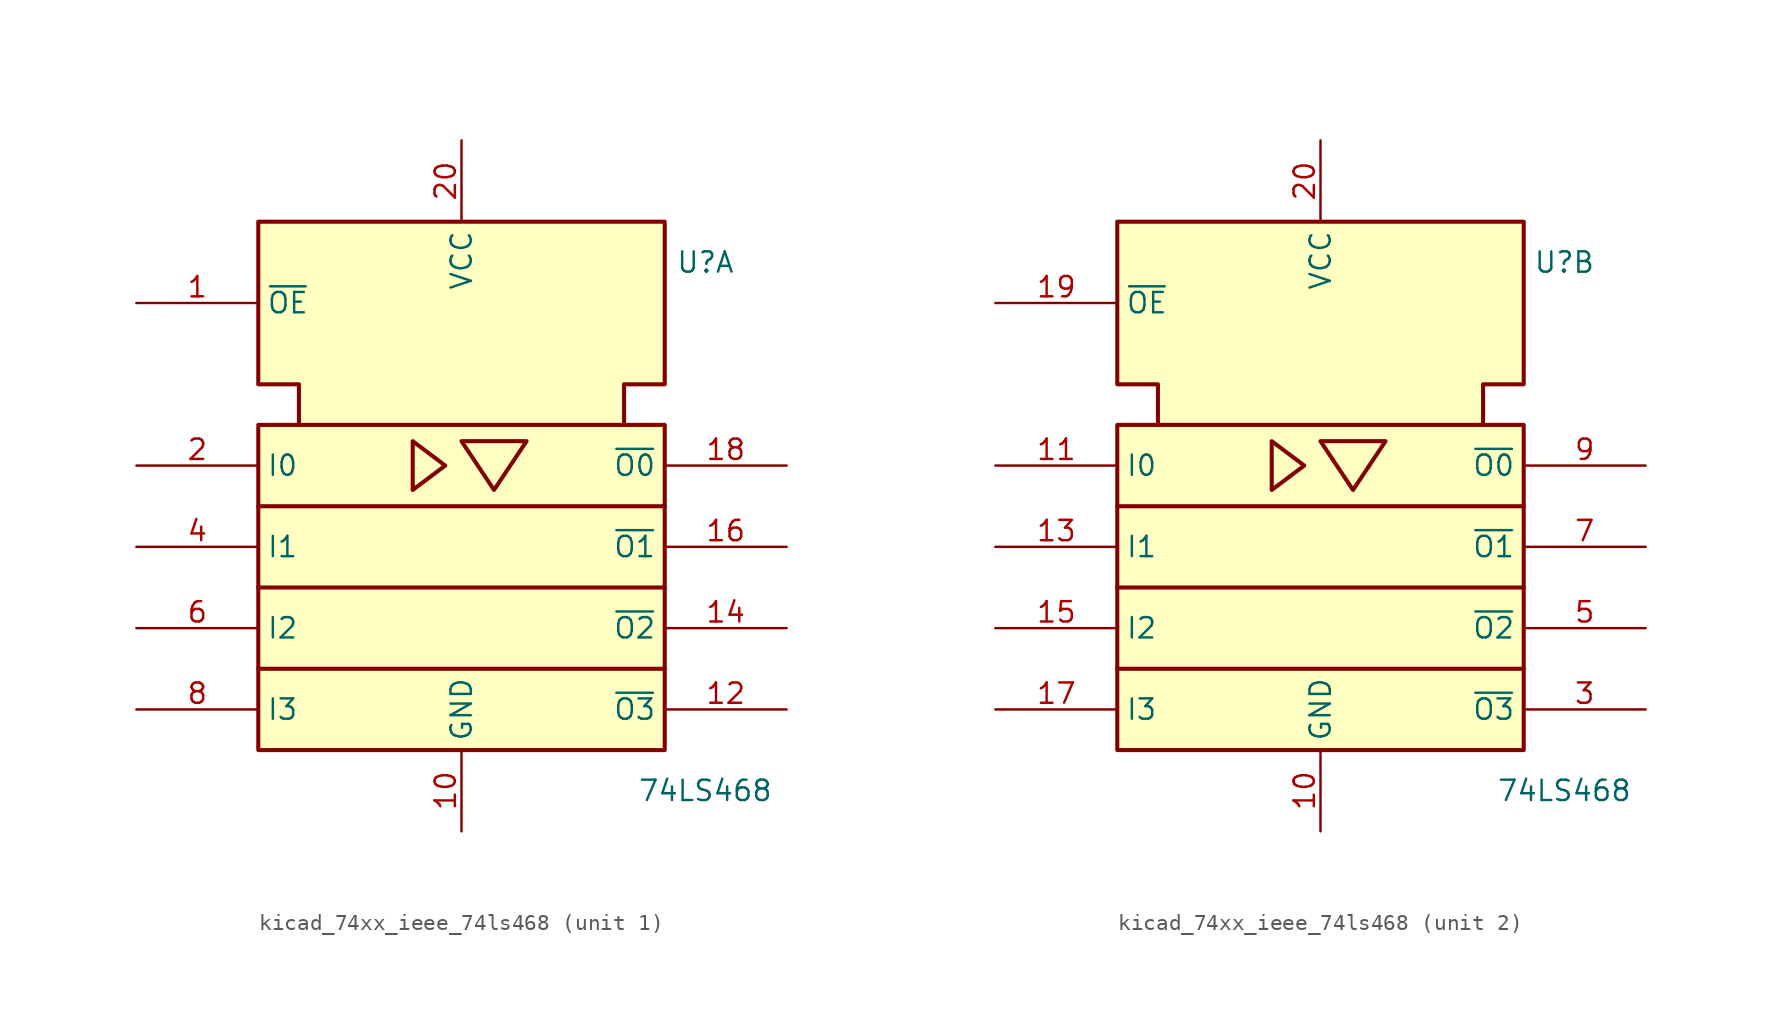
<source format=kicad_sym>
(kicad_symbol_lib
  (version 20220914)
  (generator kicad_symbol_editor)
  (symbol "kicad_74xx_ieee_74ls468"
    (property "Reference" "U"
      (at 15.24 17.78 0)
      (effects (font (size 1.27 1.27))))
    (property "Value" "74LS468"
      (at 15.24 -15.24 0)
      (effects (font (size 1.27 1.27))))
    (symbol "kicad_74xx_ieee_74ls468_0_0"
      (polyline (pts (xy -3.048 6.604) (xy -3.048 3.556) (xy -1.016 5.08) (xy -3.048 6.604) (xy -3.048 6.604)) (stroke (width 0.254) (type default)) (fill (type background)))
      (polyline (pts (xy 0.508 6.604) (xy 4.064 6.604) (xy 2.032 3.556) (xy 0 6.604) (xy 0.508 6.604) (xy 0.508 6.604)) (stroke (width 0.254) (type default)) (fill (type background))))
    (symbol "kicad_74xx_ieee_74ls468_0_1"
      (rectangle (start -12.7 7.62) (end 12.7 -12.7) (stroke (width 0.254) (type default)) (fill (type background)))
      (polyline (pts (xy -12.7 -7.62) (xy 12.7 -7.62) (xy 12.7 -7.62)) (stroke (width 0.254) (type default)) (fill (type background)))
      (polyline (pts (xy -12.7 -2.54) (xy 12.7 -2.54) (xy 12.7 -2.54)) (stroke (width 0.254) (type default)) (fill (type background)))
      (polyline (pts (xy -12.7 2.54) (xy 12.7 2.54) (xy 12.7 2.54)) (stroke (width 0.254) (type default)) (fill (type background)))
      (polyline (pts (xy -10.16 7.62) (xy -10.16 10.16) (xy -12.7 10.16) (xy -12.7 20.32) (xy 12.7 20.32) (xy 12.7 10.16) (xy 10.16 10.16) (xy 10.16 7.62) (xy 10.16 7.62)) (stroke (width 0.254) (type default)) (fill (type background)))
      (pin power_in line (at 0 -17.78 90) (length 5.08) (name "GND" (effects (font (size 1.27 1.27)))) (number "10" (effects (font (size 1.27 1.27)))))
      (pin power_in line (at 0 25.4 270) (length 5.08) (name "VCC" (effects (font (size 1.27 1.27)))) (number "20" (effects (font (size 1.27 1.27))))))
    (symbol "kicad_74xx_ieee_74ls468_1_1"
      (pin input line (at -20.32 15.24 0) (length 7.62) (name "~{OE}" (effects (font (size 1.27 1.27)))) (number "1" (effects (font (size 1.27 1.27)))))
      (pin tri_state line (at 20.32 -10.16 180) (length 7.62) (name "~{O3}" (effects (font (size 1.27 1.27)))) (number "12" (effects (font (size 1.27 1.27)))))
      (pin tri_state line (at 20.32 -5.08 180) (length 7.62) (name "~{O2}" (effects (font (size 1.27 1.27)))) (number "14" (effects (font (size 1.27 1.27)))))
      (pin tri_state line (at 20.32 0 180) (length 7.62) (name "~{O1}" (effects (font (size 1.27 1.27)))) (number "16" (effects (font (size 1.27 1.27)))))
      (pin tri_state line (at 20.32 5.08 180) (length 7.62) (name "~{O0}" (effects (font (size 1.27 1.27)))) (number "18" (effects (font (size 1.27 1.27)))))
      (pin input line (at -20.32 5.08 0) (length 7.62) (name "I0" (effects (font (size 1.27 1.27)))) (number "2" (effects (font (size 1.27 1.27)))))
      (pin input line (at -20.32 0 0) (length 7.62) (name "I1" (effects (font (size 1.27 1.27)))) (number "4" (effects (font (size 1.27 1.27)))))
      (pin input line (at -20.32 -5.08 0) (length 7.62) (name "I2" (effects (font (size 1.27 1.27)))) (number "6" (effects (font (size 1.27 1.27)))))
      (pin input line (at -20.32 -10.16 0) (length 7.62) (name "I3" (effects (font (size 1.27 1.27)))) (number "8" (effects (font (size 1.27 1.27))))))
    (symbol "kicad_74xx_ieee_74ls468_2_1"
      (pin input line (at -20.32 5.08 0) (length 7.62) (name "I0" (effects (font (size 1.27 1.27)))) (number "11" (effects (font (size 1.27 1.27)))))
      (pin input line (at -20.32 0 0) (length 7.62) (name "I1" (effects (font (size 1.27 1.27)))) (number "13" (effects (font (size 1.27 1.27)))))
      (pin input line (at -20.32 -5.08 0) (length 7.62) (name "I2" (effects (font (size 1.27 1.27)))) (number "15" (effects (font (size 1.27 1.27)))))
      (pin input line (at -20.32 -10.16 0) (length 7.62) (name "I3" (effects (font (size 1.27 1.27)))) (number "17" (effects (font (size 1.27 1.27)))))
      (pin input line (at -20.32 15.24 0) (length 7.62) (name "~{OE}" (effects (font (size 1.27 1.27)))) (number "19" (effects (font (size 1.27 1.27)))))
      (pin tri_state line (at 20.32 -10.16 180) (length 7.62) (name "~{O3}" (effects (font (size 1.27 1.27)))) (number "3" (effects (font (size 1.27 1.27)))))
      (pin tri_state line (at 20.32 -5.08 180) (length 7.62) (name "~{O2}" (effects (font (size 1.27 1.27)))) (number "5" (effects (font (size 1.27 1.27)))))
      (pin tri_state line (at 20.32 0 180) (length 7.62) (name "~{O1}" (effects (font (size 1.27 1.27)))) (number "7" (effects (font (size 1.27 1.27)))))
      (pin tri_state line (at 20.32 5.08 180) (length 7.62) (name "~{O0}" (effects (font (size 1.27 1.27)))) (number "9" (effects (font (size 1.27 1.27))))))))
</source>
